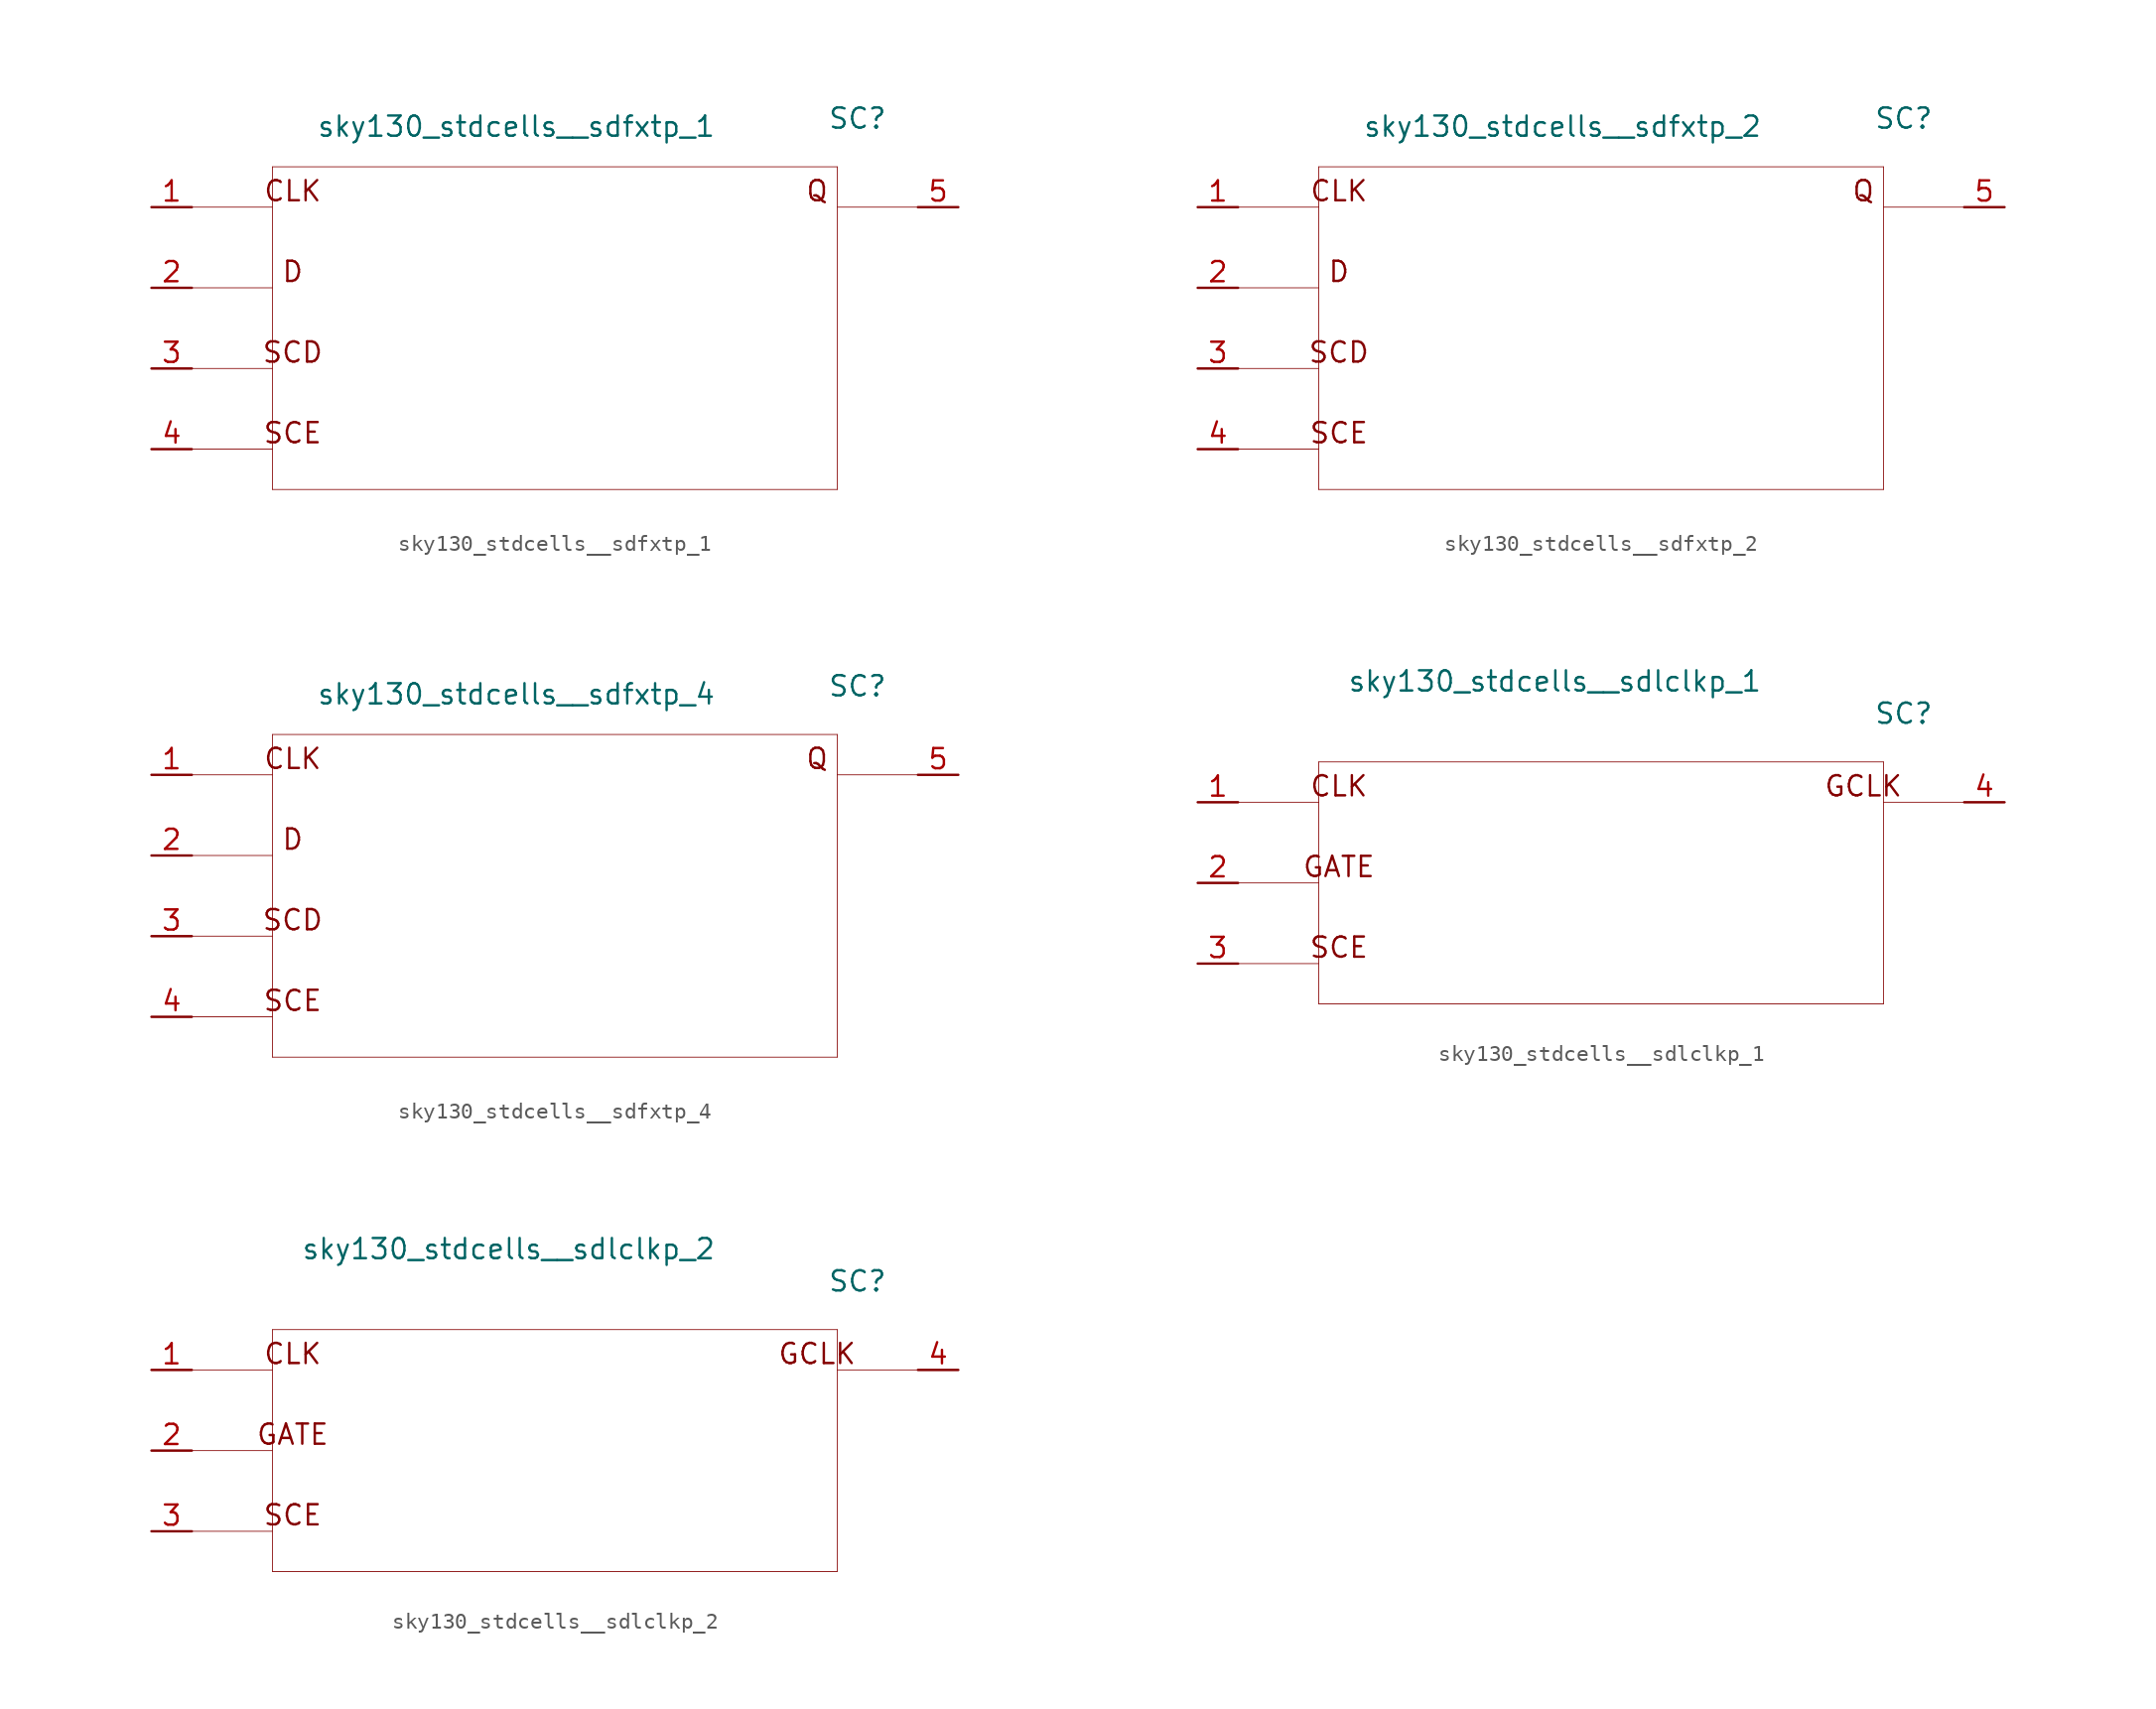
<source format=kicad_sym>
(kicad_symbol_lib
  (version 20211014)
  (generator kicad_symbol_editor)
  (symbol "sky130_stdcells__sdfxtp_1"
    (pin_names hide)
    (property "Reference" "SC"
      (at 19.05 13.208 0)
      (effects (font (size 1.27 1.27))))
    (property "Value" "sky130_stdcells__sdfxtp_1"
      (at 10.16 12.7 0)
      (effects (font (size 1.27 1.27)) (justify right)))
    (symbol "sky130_stdcells__sdfxtp_1_0_0"
      (polyline (pts (xy -22.86 -7.62) (xy -17.78 -7.62)) (stroke (width 0.051) (type default) (color 0 0 0 0)) (fill (type none)))
      (polyline (pts (xy -22.86 -2.54) (xy -17.78 -2.54)) (stroke (width 0.051) (type default) (color 0 0 0 0)) (fill (type none)))
      (polyline (pts (xy -22.86 2.54) (xy -17.78 2.54)) (stroke (width 0.051) (type default) (color 0 0 0 0)) (fill (type none)))
      (polyline (pts (xy -22.86 7.62) (xy -17.78 7.62)) (stroke (width 0.051) (type default) (color 0 0 0 0)) (fill (type none)))
      (polyline (pts (xy -17.78 -10.16) (xy 17.78 -10.16)) (stroke (width 0.051) (type default) (color 0 0 0 0)) (fill (type none)))
      (polyline (pts (xy -17.78 10.16) (xy -17.78 -10.16)) (stroke (width 0.051) (type default) (color 0 0 0 0)) (fill (type none)))
      (polyline (pts (xy -17.78 10.16) (xy 17.78 10.16)) (stroke (width 0.051) (type default) (color 0 0 0 0)) (fill (type none)))
      (polyline (pts (xy 17.78 7.62) (xy 22.86 7.62)) (stroke (width 0.051) (type default) (color 0 0 0 0)) (fill (type none)))
      (polyline (pts (xy 17.78 10.16) (xy 17.78 -10.16)) (stroke (width 0.051) (type default) (color 0 0 0 0)) (fill (type none)))
      (text "CLK" (at -16.51 8.636 0) (effects (font (size 1.27 1.27))))
      (text "D" (at -16.51 3.556 0) (effects (font (size 1.27 1.27))))
      (text "Q" (at 16.51 8.636 0) (effects (font (size 1.27 1.27))))
      (text "SCD" (at -16.51 -1.524 0) (effects (font (size 1.27 1.27))))
      (text "SCE" (at -16.51 -6.604 0) (effects (font (size 1.27 1.27)))))
    (symbol "sky130_stdcells__sdfxtp_1_1_1"
      (pin input line (at -25.4 7.62 0) (length 2.54) (name "CLK" (effects (font (size 1.092 1.092)))) (number "1" (effects (font (size 1.27 1.27)))))
      (pin input line (at -25.4 2.54 0) (length 2.54) (name "D" (effects (font (size 1.092 1.092)))) (number "2" (effects (font (size 1.27 1.27)))))
      (pin input line (at -25.4 -2.54 0) (length 2.54) (name "SCD" (effects (font (size 1.092 1.092)))) (number "3" (effects (font (size 1.27 1.27)))))
      (pin input line (at -25.4 -7.62 0) (length 2.54) (name "SCE" (effects (font (size 1.092 1.092)))) (number "4" (effects (font (size 1.27 1.27)))))
      (pin output line (at 25.4 7.62 180) (length 2.54) (name "Q" (effects (font (size 1.092 1.092)))) (number "5" (effects (font (size 1.27 1.27)))))))
  (symbol "sky130_stdcells__sdfxtp_2"
    (pin_names hide)
    (property "Reference" "SC"
      (at 19.05 13.208 0)
      (effects (font (size 1.27 1.27))))
    (property "Value" "sky130_stdcells__sdfxtp_2"
      (at 10.16 12.7 0)
      (effects (font (size 1.27 1.27)) (justify right)))
    (symbol "sky130_stdcells__sdfxtp_2_0_0"
      (polyline (pts (xy -22.86 -7.62) (xy -17.78 -7.62)) (stroke (width 0.051) (type default) (color 0 0 0 0)) (fill (type none)))
      (polyline (pts (xy -22.86 -2.54) (xy -17.78 -2.54)) (stroke (width 0.051) (type default) (color 0 0 0 0)) (fill (type none)))
      (polyline (pts (xy -22.86 2.54) (xy -17.78 2.54)) (stroke (width 0.051) (type default) (color 0 0 0 0)) (fill (type none)))
      (polyline (pts (xy -22.86 7.62) (xy -17.78 7.62)) (stroke (width 0.051) (type default) (color 0 0 0 0)) (fill (type none)))
      (polyline (pts (xy -17.78 -10.16) (xy 17.78 -10.16)) (stroke (width 0.051) (type default) (color 0 0 0 0)) (fill (type none)))
      (polyline (pts (xy -17.78 10.16) (xy -17.78 -10.16)) (stroke (width 0.051) (type default) (color 0 0 0 0)) (fill (type none)))
      (polyline (pts (xy -17.78 10.16) (xy 17.78 10.16)) (stroke (width 0.051) (type default) (color 0 0 0 0)) (fill (type none)))
      (polyline (pts (xy 17.78 7.62) (xy 22.86 7.62)) (stroke (width 0.051) (type default) (color 0 0 0 0)) (fill (type none)))
      (polyline (pts (xy 17.78 10.16) (xy 17.78 -10.16)) (stroke (width 0.051) (type default) (color 0 0 0 0)) (fill (type none)))
      (text "CLK" (at -16.51 8.636 0) (effects (font (size 1.27 1.27))))
      (text "D" (at -16.51 3.556 0) (effects (font (size 1.27 1.27))))
      (text "Q" (at 16.51 8.636 0) (effects (font (size 1.27 1.27))))
      (text "SCD" (at -16.51 -1.524 0) (effects (font (size 1.27 1.27))))
      (text "SCE" (at -16.51 -6.604 0) (effects (font (size 1.27 1.27)))))
    (symbol "sky130_stdcells__sdfxtp_2_1_1"
      (pin input line (at -25.4 7.62 0) (length 2.54) (name "CLK" (effects (font (size 1.092 1.092)))) (number "1" (effects (font (size 1.27 1.27)))))
      (pin input line (at -25.4 2.54 0) (length 2.54) (name "D" (effects (font (size 1.092 1.092)))) (number "2" (effects (font (size 1.27 1.27)))))
      (pin input line (at -25.4 -2.54 0) (length 2.54) (name "SCD" (effects (font (size 1.092 1.092)))) (number "3" (effects (font (size 1.27 1.27)))))
      (pin input line (at -25.4 -7.62 0) (length 2.54) (name "SCE" (effects (font (size 1.092 1.092)))) (number "4" (effects (font (size 1.27 1.27)))))
      (pin output line (at 25.4 7.62 180) (length 2.54) (name "Q" (effects (font (size 1.092 1.092)))) (number "5" (effects (font (size 1.27 1.27)))))))
  (symbol "sky130_stdcells__sdfxtp_4"
    (pin_names hide)
    (property "Reference" "SC"
      (at 19.05 13.208 0)
      (effects (font (size 1.27 1.27))))
    (property "Value" "sky130_stdcells__sdfxtp_4"
      (at 10.16 12.7 0)
      (effects (font (size 1.27 1.27)) (justify right)))
    (symbol "sky130_stdcells__sdfxtp_4_0_0"
      (polyline (pts (xy -22.86 -7.62) (xy -17.78 -7.62)) (stroke (width 0.051) (type default) (color 0 0 0 0)) (fill (type none)))
      (polyline (pts (xy -22.86 -2.54) (xy -17.78 -2.54)) (stroke (width 0.051) (type default) (color 0 0 0 0)) (fill (type none)))
      (polyline (pts (xy -22.86 2.54) (xy -17.78 2.54)) (stroke (width 0.051) (type default) (color 0 0 0 0)) (fill (type none)))
      (polyline (pts (xy -22.86 7.62) (xy -17.78 7.62)) (stroke (width 0.051) (type default) (color 0 0 0 0)) (fill (type none)))
      (polyline (pts (xy -17.78 -10.16) (xy 17.78 -10.16)) (stroke (width 0.051) (type default) (color 0 0 0 0)) (fill (type none)))
      (polyline (pts (xy -17.78 10.16) (xy -17.78 -10.16)) (stroke (width 0.051) (type default) (color 0 0 0 0)) (fill (type none)))
      (polyline (pts (xy -17.78 10.16) (xy 17.78 10.16)) (stroke (width 0.051) (type default) (color 0 0 0 0)) (fill (type none)))
      (polyline (pts (xy 17.78 7.62) (xy 22.86 7.62)) (stroke (width 0.051) (type default) (color 0 0 0 0)) (fill (type none)))
      (polyline (pts (xy 17.78 10.16) (xy 17.78 -10.16)) (stroke (width 0.051) (type default) (color 0 0 0 0)) (fill (type none)))
      (text "CLK" (at -16.51 8.636 0) (effects (font (size 1.27 1.27))))
      (text "D" (at -16.51 3.556 0) (effects (font (size 1.27 1.27))))
      (text "Q" (at 16.51 8.636 0) (effects (font (size 1.27 1.27))))
      (text "SCD" (at -16.51 -1.524 0) (effects (font (size 1.27 1.27))))
      (text "SCE" (at -16.51 -6.604 0) (effects (font (size 1.27 1.27)))))
    (symbol "sky130_stdcells__sdfxtp_4_1_1"
      (pin input line (at -25.4 7.62 0) (length 2.54) (name "CLK" (effects (font (size 1.092 1.092)))) (number "1" (effects (font (size 1.27 1.27)))))
      (pin input line (at -25.4 2.54 0) (length 2.54) (name "D" (effects (font (size 1.092 1.092)))) (number "2" (effects (font (size 1.27 1.27)))))
      (pin input line (at -25.4 -2.54 0) (length 2.54) (name "SCD" (effects (font (size 1.092 1.092)))) (number "3" (effects (font (size 1.27 1.27)))))
      (pin input line (at -25.4 -7.62 0) (length 2.54) (name "SCE" (effects (font (size 1.092 1.092)))) (number "4" (effects (font (size 1.27 1.27)))))
      (pin output line (at 25.4 7.62 180) (length 2.54) (name "Q" (effects (font (size 1.092 1.092)))) (number "5" (effects (font (size 1.27 1.27)))))))
  (symbol "sky130_stdcells__sdlclkp_1"
    (pin_names hide)
    (property "Reference" "SC"
      (at 19.05 10.668 0)
      (effects (font (size 1.27 1.27))))
    (property "Value" "sky130_stdcells__sdlclkp_1"
      (at 10.16 12.7 0)
      (effects (font (size 1.27 1.27)) (justify right)))
    (symbol "sky130_stdcells__sdlclkp_1_0_0"
      (polyline (pts (xy -22.86 -5.08) (xy -17.78 -5.08)) (stroke (width 0.051) (type default) (color 0 0 0 0)) (fill (type none)))
      (polyline (pts (xy -22.86 0) (xy -17.78 0)) (stroke (width 0.051) (type default) (color 0 0 0 0)) (fill (type none)))
      (polyline (pts (xy -22.86 5.08) (xy -17.78 5.08)) (stroke (width 0.051) (type default) (color 0 0 0 0)) (fill (type none)))
      (polyline (pts (xy -17.78 -7.62) (xy 17.78 -7.62)) (stroke (width 0.051) (type default) (color 0 0 0 0)) (fill (type none)))
      (polyline (pts (xy -17.78 7.62) (xy -17.78 -7.62)) (stroke (width 0.051) (type default) (color 0 0 0 0)) (fill (type none)))
      (polyline (pts (xy -17.78 7.62) (xy 17.78 7.62)) (stroke (width 0.051) (type default) (color 0 0 0 0)) (fill (type none)))
      (polyline (pts (xy 17.78 5.08) (xy 22.86 5.08)) (stroke (width 0.051) (type default) (color 0 0 0 0)) (fill (type none)))
      (polyline (pts (xy 17.78 7.62) (xy 17.78 -7.62)) (stroke (width 0.051) (type default) (color 0 0 0 0)) (fill (type none)))
      (text "CLK" (at -16.51 6.096 0) (effects (font (size 1.27 1.27))))
      (text "GATE" (at -16.51 1.016 0) (effects (font (size 1.27 1.27))))
      (text "GCLK" (at 16.51 6.096 0) (effects (font (size 1.27 1.27))))
      (text "SCE" (at -16.51 -4.064 0) (effects (font (size 1.27 1.27)))))
    (symbol "sky130_stdcells__sdlclkp_1_1_1"
      (pin input line (at -25.4 5.08 0) (length 2.54) (name "CLK" (effects (font (size 1.092 1.092)))) (number "1" (effects (font (size 1.27 1.27)))))
      (pin input line (at -25.4 0 0) (length 2.54) (name "GATE" (effects (font (size 1.092 1.092)))) (number "2" (effects (font (size 1.27 1.27)))))
      (pin input line (at -25.4 -5.08 0) (length 2.54) (name "SCE" (effects (font (size 1.092 1.092)))) (number "3" (effects (font (size 1.27 1.27)))))
      (pin output line (at 25.4 5.08 180) (length 2.54) (name "GCLK" (effects (font (size 1.092 1.092)))) (number "4" (effects (font (size 1.27 1.27)))))))
  (symbol "sky130_stdcells__sdlclkp_2"
    (pin_names hide)
    (property "Reference" "SC"
      (at 19.05 10.668 0)
      (effects (font (size 1.27 1.27))))
    (property "Value" "sky130_stdcells__sdlclkp_2"
      (at 10.16 12.7 0)
      (effects (font (size 1.27 1.27)) (justify right)))
    (symbol "sky130_stdcells__sdlclkp_2_0_0"
      (polyline (pts (xy -22.86 -5.08) (xy -17.78 -5.08)) (stroke (width 0.051) (type default) (color 0 0 0 0)) (fill (type none)))
      (polyline (pts (xy -22.86 0) (xy -17.78 0)) (stroke (width 0.051) (type default) (color 0 0 0 0)) (fill (type none)))
      (polyline (pts (xy -22.86 5.08) (xy -17.78 5.08)) (stroke (width 0.051) (type default) (color 0 0 0 0)) (fill (type none)))
      (polyline (pts (xy -17.78 -7.62) (xy 17.78 -7.62)) (stroke (width 0.051) (type default) (color 0 0 0 0)) (fill (type none)))
      (polyline (pts (xy -17.78 7.62) (xy -17.78 -7.62)) (stroke (width 0.051) (type default) (color 0 0 0 0)) (fill (type none)))
      (polyline (pts (xy -17.78 7.62) (xy 17.78 7.62)) (stroke (width 0.051) (type default) (color 0 0 0 0)) (fill (type none)))
      (polyline (pts (xy 17.78 5.08) (xy 22.86 5.08)) (stroke (width 0.051) (type default) (color 0 0 0 0)) (fill (type none)))
      (polyline (pts (xy 17.78 7.62) (xy 17.78 -7.62)) (stroke (width 0.051) (type default) (color 0 0 0 0)) (fill (type none)))
      (text "CLK" (at -16.51 6.096 0) (effects (font (size 1.27 1.27))))
      (text "GATE" (at -16.51 1.016 0) (effects (font (size 1.27 1.27))))
      (text "GCLK" (at 16.51 6.096 0) (effects (font (size 1.27 1.27))))
      (text "SCE" (at -16.51 -4.064 0) (effects (font (size 1.27 1.27)))))
    (symbol "sky130_stdcells__sdlclkp_2_1_1"
      (pin input line (at -25.4 5.08 0) (length 2.54) (name "CLK" (effects (font (size 1.092 1.092)))) (number "1" (effects (font (size 1.27 1.27)))))
      (pin input line (at -25.4 0 0) (length 2.54) (name "GATE" (effects (font (size 1.092 1.092)))) (number "2" (effects (font (size 1.27 1.27)))))
      (pin input line (at -25.4 -5.08 0) (length 2.54) (name "SCE" (effects (font (size 1.092 1.092)))) (number "3" (effects (font (size 1.27 1.27)))))
      (pin output line (at 25.4 5.08 180) (length 2.54) (name "GCLK" (effects (font (size 1.092 1.092)))) (number "4" (effects (font (size 1.27 1.27))))))))
</source>
